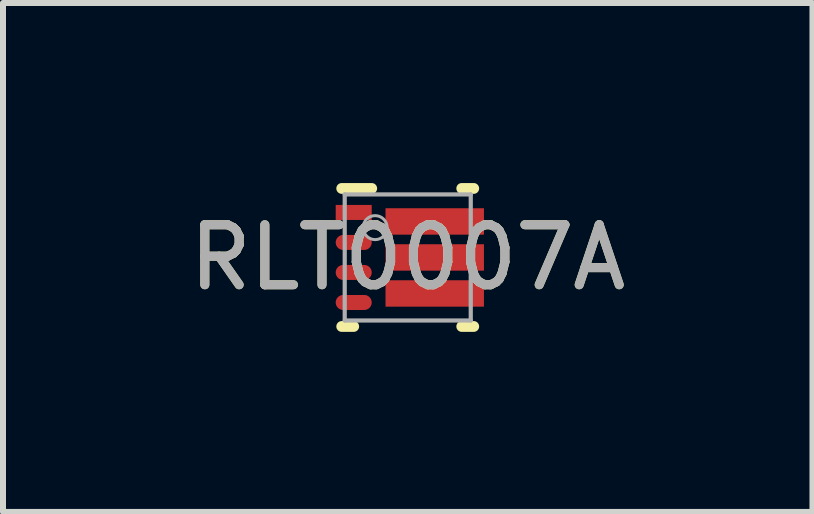
<source format=kicad_pcb>
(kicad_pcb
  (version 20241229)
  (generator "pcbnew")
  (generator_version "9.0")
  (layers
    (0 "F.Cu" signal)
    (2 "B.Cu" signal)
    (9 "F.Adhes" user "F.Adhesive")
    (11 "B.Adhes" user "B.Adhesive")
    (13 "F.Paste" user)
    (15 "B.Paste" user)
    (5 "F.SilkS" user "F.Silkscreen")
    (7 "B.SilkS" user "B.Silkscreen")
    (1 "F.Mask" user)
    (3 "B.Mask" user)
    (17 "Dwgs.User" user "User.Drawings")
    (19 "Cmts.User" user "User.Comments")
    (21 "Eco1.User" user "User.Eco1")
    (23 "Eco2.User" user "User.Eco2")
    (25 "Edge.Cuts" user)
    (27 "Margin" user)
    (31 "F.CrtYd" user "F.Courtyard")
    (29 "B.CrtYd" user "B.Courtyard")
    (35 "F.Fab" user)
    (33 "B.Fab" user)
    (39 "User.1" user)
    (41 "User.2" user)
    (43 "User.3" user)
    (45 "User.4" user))
  (footprint "RLT0007A"
    (layer "F.Cu")
    (at 3.744 1.24)
    (property "Reference" "RLT0007A" (at 0 0 0) (unlocked yes) (layer "F.SilkS") (effects (font (size 1 1) (thickness 0.15))))
    (attr smd)
    (fp_line (start -1.1 1.15) (end -0.9 1.15) (stroke (width 0.18) (type solid)) (layer "F.SilkS"))
    (fp_line (start -1.1 -1.15) (end -0.6 -1.15) (stroke (width 0.18) (type solid)) (layer "F.SilkS"))
    (fp_line (start 0.9 -1.15) (end 1.1 -1.15) (stroke (width 0.18) (type solid)) (layer "F.SilkS"))
    (fp_line (start 0.9 1.15) (end 1.1 1.15) (stroke (width 0.18) (type solid)) (layer "F.SilkS"))
    (fp_circle (center -1.095 -0.25) (end -1.045 -0.25) (stroke (width 0.11) (type solid)) (fill no) (layer "F.Paste"))
    (fp_circle (center -1.095 0.75) (end -1.045 0.75) (stroke (width 0.11) (type solid)) (fill no) (layer "F.Paste"))
    (fp_circle (center -1.095 0.25) (end -1.045 0.25) (stroke (width 0.11) (type solid)) (fill no) (layer "F.Paste"))
    (fp_circle (center -0.706 0.25) (end -0.656 0.25) (stroke (width 0.11) (type solid)) (fill no) (layer "F.Paste"))
    (fp_circle (center -0.705 -0.25) (end -0.655 -0.25) (stroke (width 0.11) (type solid)) (fill no) (layer "F.Paste"))
    (fp_circle (center -0.705 0.75) (end -0.655 0.75) (stroke (width 0.11) (type solid)) (fill no) (layer "F.Paste"))
    (fp_poly (pts (xy -1.2 -0.645) (xy -0.6 -0.645) (xy -0.6 -0.855) (xy -1.2 -0.855)) (stroke (width 0) (type solid)) (fill yes) (layer "F.Paste"))
    (fp_poly (pts (xy -1.105 0.355) (xy -0.705 0.355) (xy -0.705 0.145) (xy -1.105 0.145)) (stroke (width 0) (type solid)) (fill yes) (layer "F.Paste"))
    (fp_poly (pts (xy -1.102 -0.145) (xy -0.702 -0.145) (xy -0.702 -0.355) (xy -1.102 -0.355)) (stroke (width 0) (type solid)) (fill yes) (layer "F.Paste"))
    (fp_poly (pts (xy -1.102 0.855) (xy -0.702 0.855) (xy -0.702 0.645) (xy -1.102 0.645)) (stroke (width 0) (type solid)) (fill yes) (layer "F.Paste"))
    (fp_poly (pts (xy -0.3 -0.45) (xy 0.35 -0.45) (xy 0.35 -0.75) (xy -0.3 -0.75)) (stroke (width 0) (type solid)) (fill yes) (layer "F.Paste"))
    (fp_poly (pts (xy -0.3 0.15) (xy 0.35 0.15) (xy 0.35 -0.15) (xy -0.3 -0.15)) (stroke (width 0) (type solid)) (fill yes) (layer "F.Paste"))
    (fp_poly (pts (xy -0.3 0.75) (xy 0.35 0.75) (xy 0.35 0.45) (xy -0.3 0.45)) (stroke (width 0) (type solid)) (fill yes) (layer "F.Paste"))
    (fp_poly (pts (xy 0.55 0.15) (xy 1.2 0.15) (xy 1.2 -0.15) (xy 0.55 -0.15)) (stroke (width 0) (type solid)) (fill yes) (layer "F.Paste"))
    (fp_poly (pts (xy 0.55 0.75) (xy 1.2 0.75) (xy 1.2 0.45) (xy 0.55 0.45)) (stroke (width 0) (type solid)) (fill yes) (layer "F.Paste"))
    (fp_poly (pts (xy 0.551 -0.45) (xy 1.201 -0.45) (xy 1.201 -0.75) (xy 0.551 -0.75)) (stroke (width 0) (type solid)) (fill yes) (layer "F.Paste"))
    (fp_line (start -1.05 -1.05) (end 1.05 -1.05) (stroke (width 0.07) (type solid)) (layer "F.Fab"))
    (fp_line (start -1.05 1.05) (end -1.05 -1.05) (stroke (width 0.07) (type solid)) (layer "F.Fab"))
    (fp_line (start -1.05 1.05) (end 1.05 1.05) (stroke (width 0.07) (type solid)) (layer "F.Fab"))
    (fp_line (start 1.05 1.05) (end 1.05 -1.05) (stroke (width 0.07) (type solid)) (layer "F.Fab"))
    (fp_circle (center -0.543 -0.497) (end -0.343 -0.497) (stroke (width 0.05) (type solid)) (fill no) (layer "F.Fab"))
    (fp_text user "${REFERENCE}" (at 0 0 0) (unlocked yes) (layer "F.Fab") (effects (font (size 1 1) (thickness 0.15))))
    (pad "1" smd rect (at -0.9 -0.75) (size 0.6 0.25) (layers "F.Cu" "F.Mask" "F.Paste"))
    (pad "2" smd oval (at -0.9 -0.25) (size 0.6 0.25) (layers "F.Cu" "F.Mask" "F.Paste"))
    (pad "3" smd oval (at -0.9 0.25) (size 0.6 0.25) (layers "F.Cu" "F.Mask" "F.Paste"))
    (pad "4" smd oval (at -0.9 0.75) (size 0.6 0.25) (layers "F.Cu" "F.Mask" "F.Paste"))
    (pad "5" smd rect (at 0.45 0.6) (size 1.64 0.44) (layers "F.Cu" "F.Mask" "F.Paste"))
    (pad "6" smd rect (at 0.45 0) (size 1.64 0.44) (layers "F.Cu" "F.Mask" "F.Paste"))
    (pad "7" smd rect (at 0.45 -0.6) (size 1.64 0.44) (layers "F.Cu" "F.Mask" "F.Paste")))
  (gr_rect
    (start -3 -3)
    (end 10.488 5.48)
    (stroke (width 0.1) (type default))
    (fill no)
    (layer "Edge.Cuts")))
</source>
